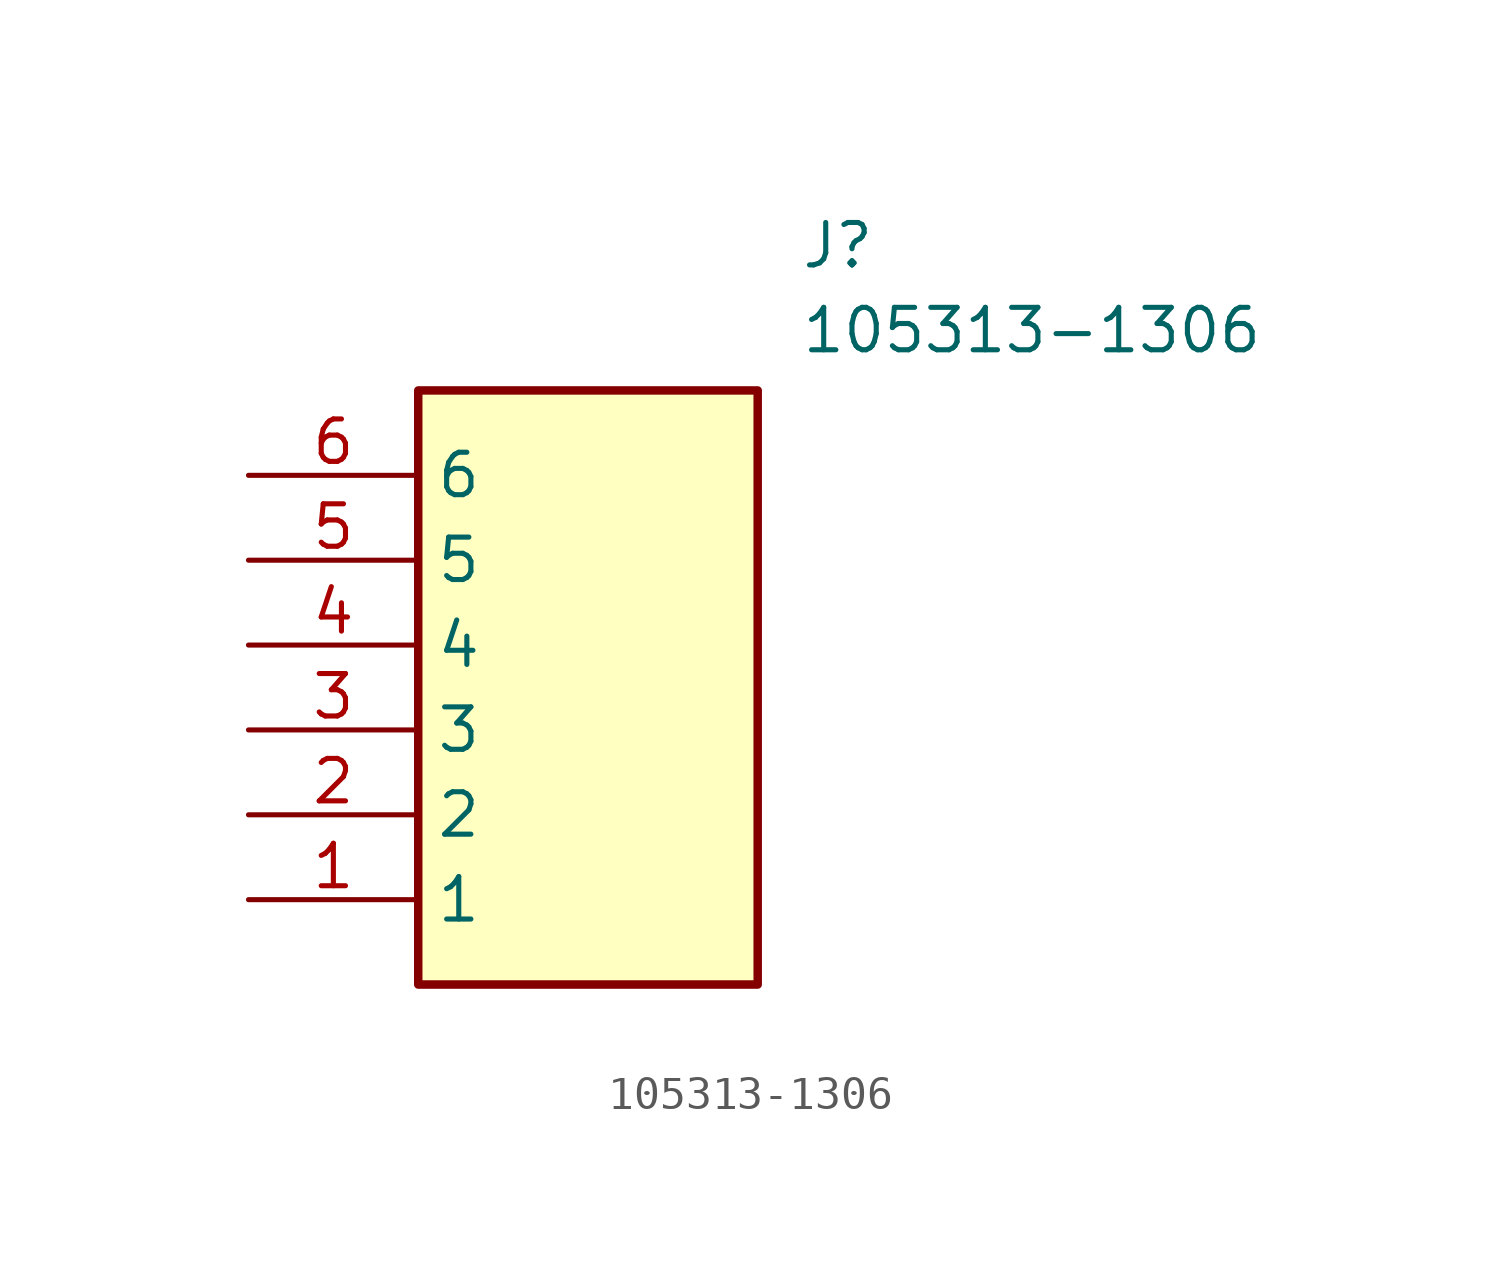
<source format=kicad_sym>
(kicad_symbol_lib
  (version 20211014)
  (generator SamacSys_ECAD_Model)
  (symbol "105313-1306"
    (property "Reference" "J"
      (at 16.51 7.62 0)
      (effects (font (size 1.27 1.27)) (justify left top)))
    (property "Value" "105313-1306"
      (at 16.51 5.08 0)
      (effects (font (size 1.27 1.27)) (justify left top)))
    (rectangle
      (start 5.08 2.54)
      (end 15.24 -15.24)
      (stroke (width 0.254) (type default))
      (fill (type background)))
    (pin passive line
      (at 0 -12.7 0)
      (length 5.08)
      (name "1" (effects (font (size 1.27 1.27))))
      (number "1" (effects (font (size 1.27 1.27)))))
    (pin passive line
      (at 0 -10.16 0)
      (length 5.08)
      (name "2" (effects (font (size 1.27 1.27))))
      (number "2" (effects (font (size 1.27 1.27)))))
    (pin passive line
      (at 0 -7.62 0)
      (length 5.08)
      (name "3" (effects (font (size 1.27 1.27))))
      (number "3" (effects (font (size 1.27 1.27)))))
    (pin passive line
      (at 0 -5.08 0)
      (length 5.08)
      (name "4" (effects (font (size 1.27 1.27))))
      (number "4" (effects (font (size 1.27 1.27)))))
    (pin passive line
      (at 0 -2.54 0)
      (length 5.08)
      (name "5" (effects (font (size 1.27 1.27))))
      (number "5" (effects (font (size 1.27 1.27)))))
    (pin passive line
      (at 0 0 0)
      (length 5.08)
      (name "6" (effects (font (size 1.27 1.27))))
      (number "6" (effects (font (size 1.27 1.27)))))))
</source>
